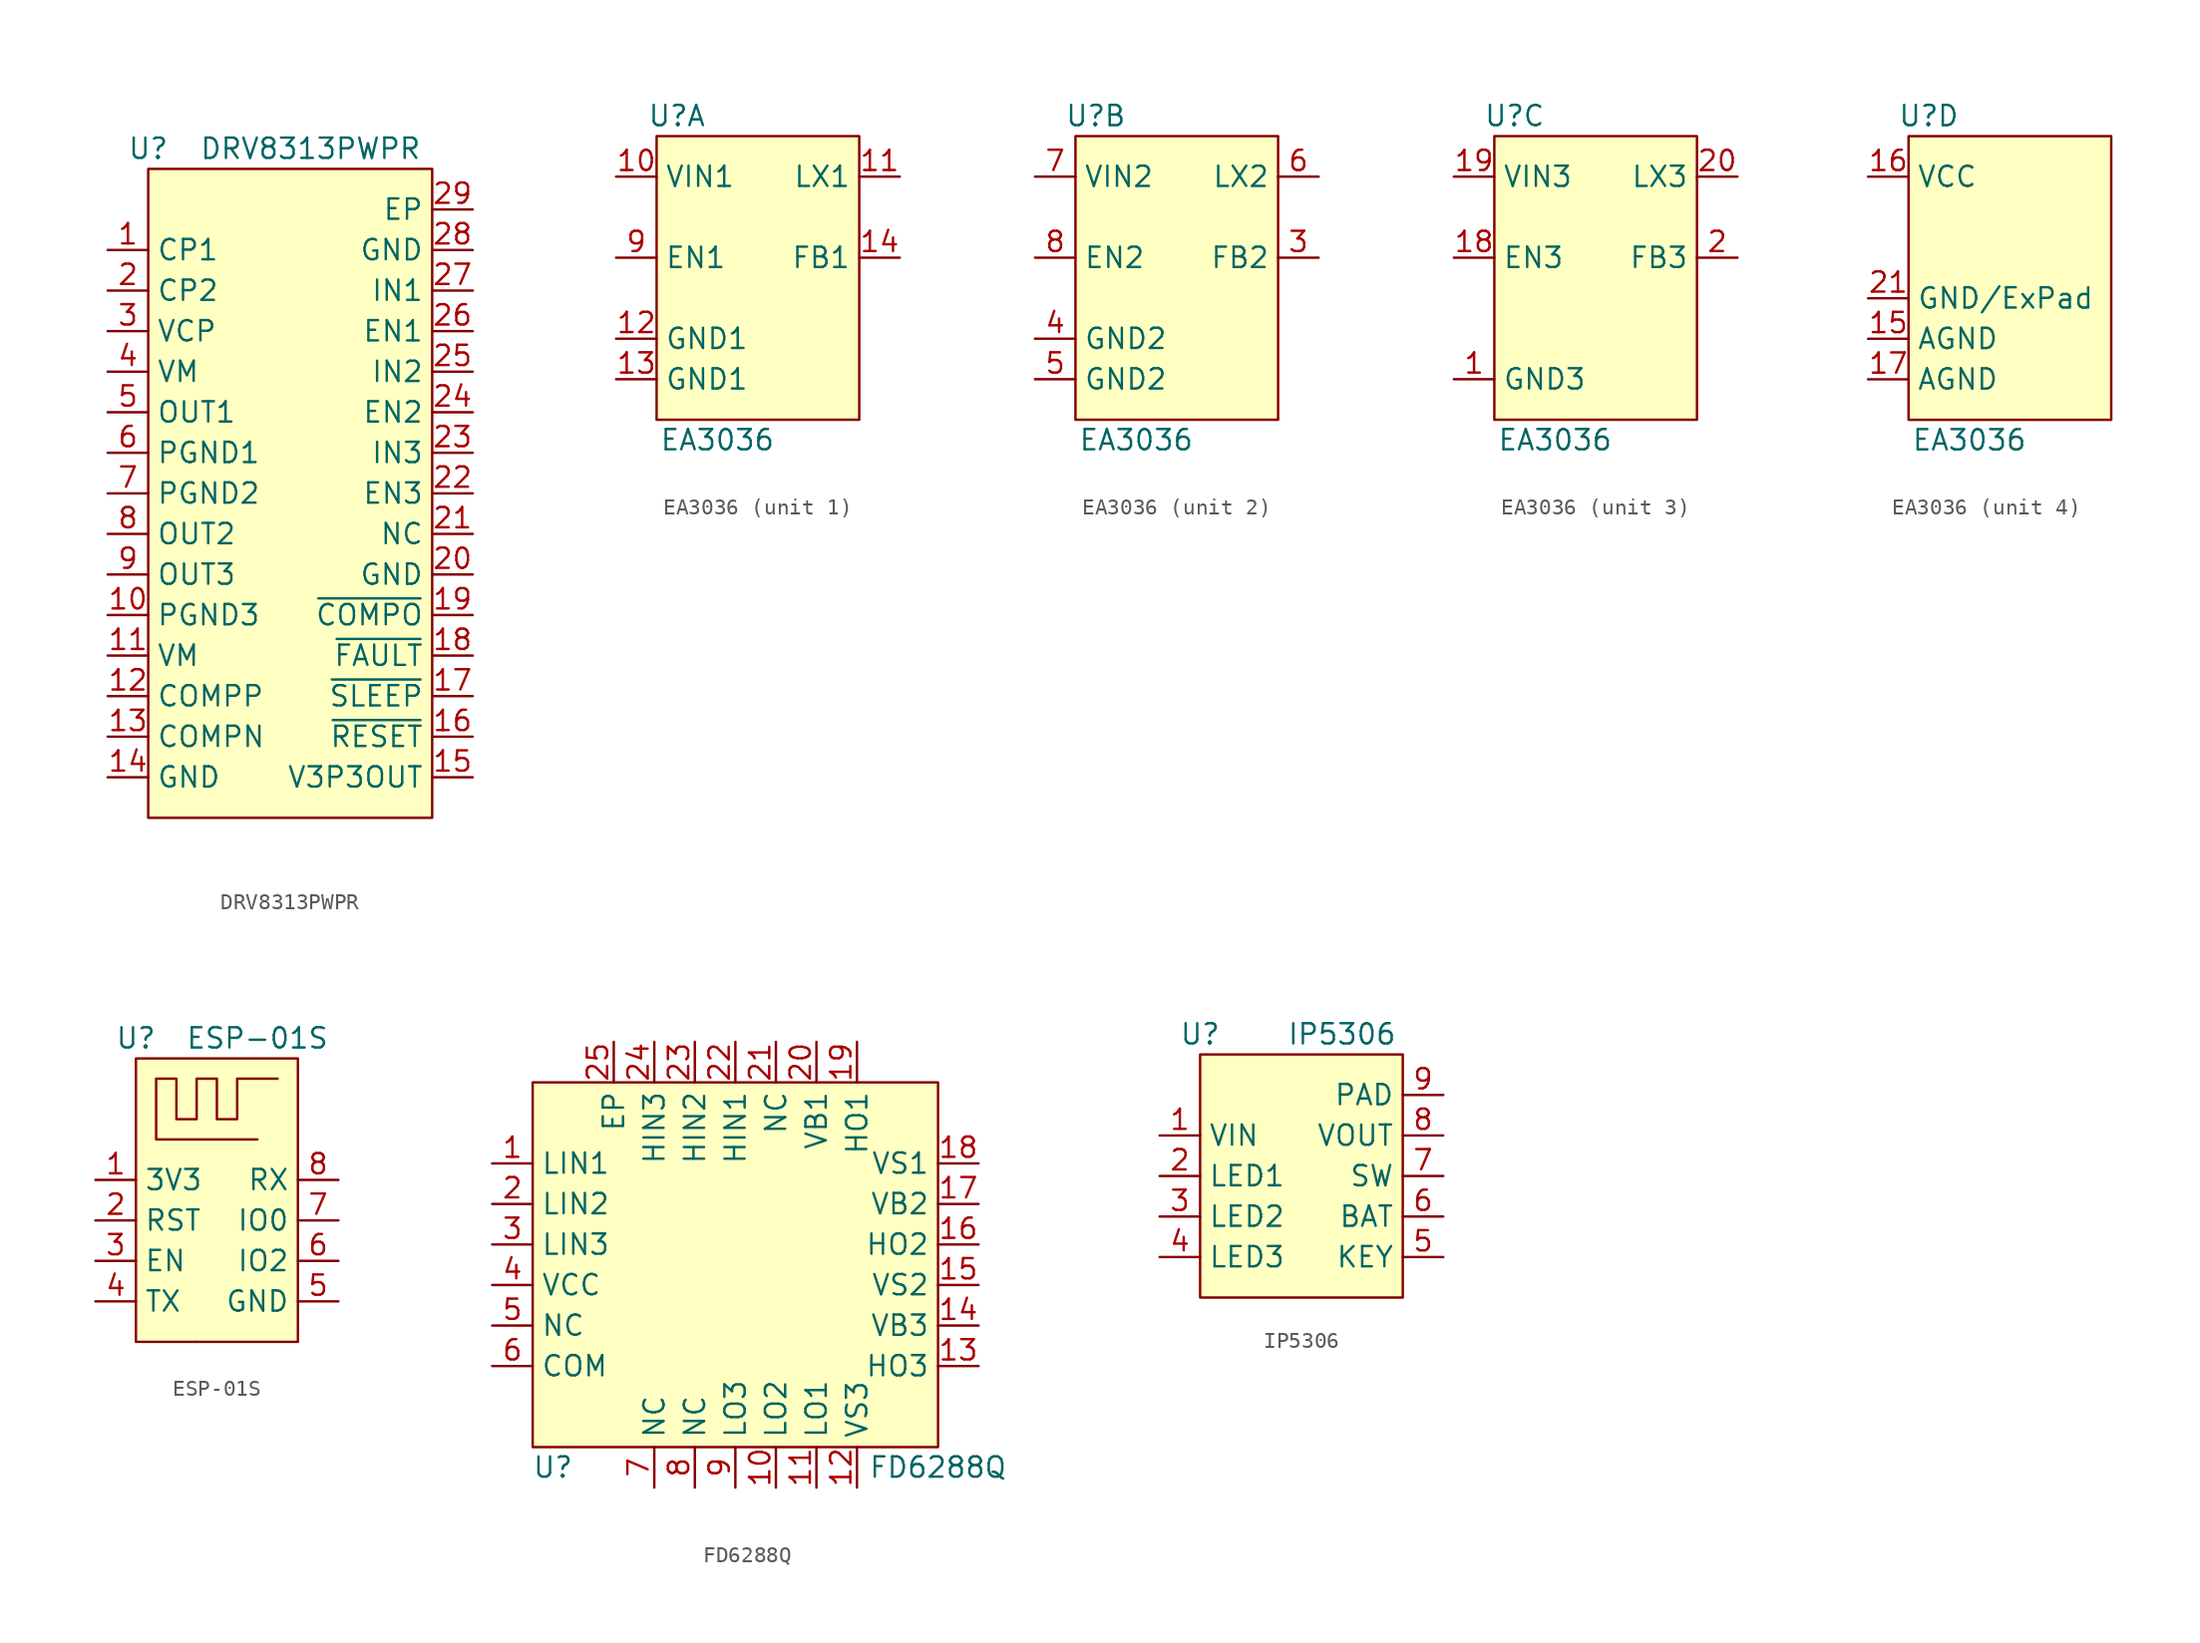
<source format=kicad_sym>
(kicad_symbol_lib
  (version 20220914)
  (generator kicad_symbol_editor)
  (symbol "DRV8313PWPR"
    (property "Reference" "U"
      (at 0 1.27 0)
      (effects (font (size 1.27 1.27))))
    (property "Value" "DRV8313PWPR"
      (at 10.16 1.27 0)
      (effects (font (size 1.27 1.27))))
    (symbol "DRV8313PWPR_0_1"
      (rectangle (start 0 0) (end 17.78 -40.64) (stroke (width 0) (type default)) (fill (type background))))
    (symbol "DRV8313PWPR_1_1"
      (pin bidirectional line (at -2.54 -5.08 0) (length 2.54) (name "CP1" (effects (font (size 1.27 1.27)))) (number "1" (effects (font (size 1.27 1.27)))))
      (pin bidirectional line (at -2.54 -27.94 0) (length 2.54) (name "PGND3" (effects (font (size 1.27 1.27)))) (number "10" (effects (font (size 1.27 1.27)))))
      (pin bidirectional line (at -2.54 -30.48 0) (length 2.54) (name "VM" (effects (font (size 1.27 1.27)))) (number "11" (effects (font (size 1.27 1.27)))))
      (pin bidirectional line (at -2.54 -33.02 0) (length 2.54) (name "COMPP" (effects (font (size 1.27 1.27)))) (number "12" (effects (font (size 1.27 1.27)))))
      (pin bidirectional line (at -2.54 -35.56 0) (length 2.54) (name "COMPN" (effects (font (size 1.27 1.27)))) (number "13" (effects (font (size 1.27 1.27)))))
      (pin bidirectional line (at -2.54 -38.1 0) (length 2.54) (name "GND" (effects (font (size 1.27 1.27)))) (number "14" (effects (font (size 1.27 1.27)))))
      (pin bidirectional line (at 20.32 -38.1 180) (length 2.54) (name "V3P3OUT" (effects (font (size 1.27 1.27)))) (number "15" (effects (font (size 1.27 1.27)))))
      (pin bidirectional line (at 20.32 -35.56 180) (length 2.54) (name "~{RESET}" (effects (font (size 1.27 1.27)))) (number "16" (effects (font (size 1.27 1.27)))))
      (pin bidirectional line (at 20.32 -33.02 180) (length 2.54) (name "~{SLEEP}" (effects (font (size 1.27 1.27)))) (number "17" (effects (font (size 1.27 1.27)))))
      (pin bidirectional line (at 20.32 -30.48 180) (length 2.54) (name "~{FAULT}" (effects (font (size 1.27 1.27)))) (number "18" (effects (font (size 1.27 1.27)))))
      (pin bidirectional line (at 20.32 -27.94 180) (length 2.54) (name "~{COMPO}" (effects (font (size 1.27 1.27)))) (number "19" (effects (font (size 1.27 1.27)))))
      (pin bidirectional line (at -2.54 -7.62 0) (length 2.54) (name "CP2" (effects (font (size 1.27 1.27)))) (number "2" (effects (font (size 1.27 1.27)))))
      (pin bidirectional line (at 20.32 -25.4 180) (length 2.54) (name "GND" (effects (font (size 1.27 1.27)))) (number "20" (effects (font (size 1.27 1.27)))))
      (pin bidirectional line (at 20.32 -22.86 180) (length 2.54) (name "NC" (effects (font (size 1.27 1.27)))) (number "21" (effects (font (size 1.27 1.27)))))
      (pin bidirectional line (at 20.32 -20.32 180) (length 2.54) (name "EN3" (effects (font (size 1.27 1.27)))) (number "22" (effects (font (size 1.27 1.27)))))
      (pin bidirectional line (at 20.32 -17.78 180) (length 2.54) (name "IN3" (effects (font (size 1.27 1.27)))) (number "23" (effects (font (size 1.27 1.27)))))
      (pin bidirectional line (at 20.32 -15.24 180) (length 2.54) (name "EN2" (effects (font (size 1.27 1.27)))) (number "24" (effects (font (size 1.27 1.27)))))
      (pin bidirectional line (at 20.32 -12.7 180) (length 2.54) (name "IN2" (effects (font (size 1.27 1.27)))) (number "25" (effects (font (size 1.27 1.27)))))
      (pin bidirectional line (at 20.32 -10.16 180) (length 2.54) (name "EN1" (effects (font (size 1.27 1.27)))) (number "26" (effects (font (size 1.27 1.27)))))
      (pin bidirectional line (at 20.32 -7.62 180) (length 2.54) (name "IN1" (effects (font (size 1.27 1.27)))) (number "27" (effects (font (size 1.27 1.27)))))
      (pin bidirectional line (at 20.32 -5.08 180) (length 2.54) (name "GND" (effects (font (size 1.27 1.27)))) (number "28" (effects (font (size 1.27 1.27)))))
      (pin bidirectional line (at 20.32 -2.54 180) (length 2.54) (name "EP" (effects (font (size 1.27 1.27)))) (number "29" (effects (font (size 1.27 1.27)))))
      (pin bidirectional line (at -2.54 -10.16 0) (length 2.54) (name "VCP" (effects (font (size 1.27 1.27)))) (number "3" (effects (font (size 1.27 1.27)))))
      (pin bidirectional line (at -2.54 -12.7 0) (length 2.54) (name "VM" (effects (font (size 1.27 1.27)))) (number "4" (effects (font (size 1.27 1.27)))))
      (pin bidirectional line (at -2.54 -15.24 0) (length 2.54) (name "OUT1" (effects (font (size 1.27 1.27)))) (number "5" (effects (font (size 1.27 1.27)))))
      (pin bidirectional line (at -2.54 -17.78 0) (length 2.54) (name "PGND1" (effects (font (size 1.27 1.27)))) (number "6" (effects (font (size 1.27 1.27)))))
      (pin bidirectional line (at -2.54 -20.32 0) (length 2.54) (name "PGND2" (effects (font (size 1.27 1.27)))) (number "7" (effects (font (size 1.27 1.27)))))
      (pin bidirectional line (at -2.54 -22.86 0) (length 2.54) (name "OUT2" (effects (font (size 1.27 1.27)))) (number "8" (effects (font (size 1.27 1.27)))))
      (pin bidirectional line (at -2.54 -25.4 0) (length 2.54) (name "OUT3" (effects (font (size 1.27 1.27)))) (number "9" (effects (font (size 1.27 1.27)))))))
  (symbol "EA3036"
    (property "Reference" "U"
      (at 1.27 1.27 0)
      (effects (font (size 1.27 1.27))))
    (property "Value" "EA3036"
      (at 3.81 -19.05 0)
      (effects (font (size 1.27 1.27))))
    (symbol "EA3036_0_1"
      (rectangle (start 0 0) (end 12.7 -17.78) (stroke (width 0) (type default)) (fill (type background))))
    (symbol "EA3036_1_1"
      (pin power_in line (at -2.54 -2.54 0) (length 2.54) (name "VIN1" (effects (font (size 1.27 1.27)))) (number "10" (effects (font (size 1.27 1.27)))))
      (pin output line (at 15.24 -2.54 180) (length 2.54) (name "LX1" (effects (font (size 1.27 1.27)))) (number "11" (effects (font (size 1.27 1.27)))))
      (pin power_in line (at -2.54 -12.7 0) (length 2.54) (name "GND1" (effects (font (size 1.27 1.27)))) (number "12" (effects (font (size 1.27 1.27)))))
      (pin power_in line (at -2.54 -15.24 0) (length 2.54) (name "GND1" (effects (font (size 1.27 1.27)))) (number "13" (effects (font (size 1.27 1.27)))))
      (pin input line (at 15.24 -7.62 180) (length 2.54) (name "FB1" (effects (font (size 1.27 1.27)))) (number "14" (effects (font (size 1.27 1.27)))))
      (pin input line (at -2.54 -7.62 0) (length 2.54) (name "EN1" (effects (font (size 1.27 1.27)))) (number "9" (effects (font (size 1.27 1.27))))))
    (symbol "EA3036_2_1"
      (pin input line (at 15.24 -7.62 180) (length 2.54) (name "FB2" (effects (font (size 1.27 1.27)))) (number "3" (effects (font (size 1.27 1.27)))))
      (pin power_in line (at -2.54 -12.7 0) (length 2.54) (name "GND2" (effects (font (size 1.27 1.27)))) (number "4" (effects (font (size 1.27 1.27)))))
      (pin power_in line (at -2.54 -15.24 0) (length 2.54) (name "GND2" (effects (font (size 1.27 1.27)))) (number "5" (effects (font (size 1.27 1.27)))))
      (pin output line (at 15.24 -2.54 180) (length 2.54) (name "LX2" (effects (font (size 1.27 1.27)))) (number "6" (effects (font (size 1.27 1.27)))))
      (pin power_in line (at -2.54 -2.54 0) (length 2.54) (name "VIN2" (effects (font (size 1.27 1.27)))) (number "7" (effects (font (size 1.27 1.27)))))
      (pin input line (at -2.54 -7.62 0) (length 2.54) (name "EN2" (effects (font (size 1.27 1.27)))) (number "8" (effects (font (size 1.27 1.27))))))
    (symbol "EA3036_3_1"
      (pin power_in line (at -2.54 -15.24 0) (length 2.54) (name "GND3" (effects (font (size 1.27 1.27)))) (number "1" (effects (font (size 1.27 1.27)))))
      (pin input line (at -2.54 -7.62 0) (length 2.54) (name "EN3" (effects (font (size 1.27 1.27)))) (number "18" (effects (font (size 1.27 1.27)))))
      (pin power_in line (at -2.54 -2.54 0) (length 2.54) (name "VIN3" (effects (font (size 1.27 1.27)))) (number "19" (effects (font (size 1.27 1.27)))))
      (pin input line (at 15.24 -7.62 180) (length 2.54) (name "FB3" (effects (font (size 1.27 1.27)))) (number "2" (effects (font (size 1.27 1.27)))))
      (pin output line (at 15.24 -2.54 180) (length 2.54) (name "LX3" (effects (font (size 1.27 1.27)))) (number "20" (effects (font (size 1.27 1.27))))))
    (symbol "EA3036_4_1"
      (pin power_in line (at -2.54 -12.7 0) (length 2.54) (name "AGND" (effects (font (size 1.27 1.27)))) (number "15" (effects (font (size 1.27 1.27)))))
      (pin power_in line (at -2.54 -2.54 0) (length 2.54) (name "VCC" (effects (font (size 1.27 1.27)))) (number "16" (effects (font (size 1.27 1.27)))))
      (pin power_in line (at -2.54 -15.24 0) (length 2.54) (name "AGND" (effects (font (size 1.27 1.27)))) (number "17" (effects (font (size 1.27 1.27)))))
      (pin power_in line (at -2.54 -10.16 0) (length 2.54) (name "GND/ExPad" (effects (font (size 1.27 1.27)))) (number "21" (effects (font (size 1.27 1.27)))))))
  (symbol "ESP-01S"
    (property "Reference" "U"
      (at 0 6.35 0)
      (effects (font (size 1.27 1.27))))
    (property "Value" "ESP-01S"
      (at 7.62 6.35 0)
      (effects (font (size 1.27 1.27))))
    (symbol "ESP-01S_0_1"
      (polyline (pts (xy 3.81 -12.7) (xy 3.81 -12.7)) (stroke (width 0) (type default)) (fill (type none)))
      (polyline (pts (xy 7.62 0) (xy 1.27 0) (xy 1.27 3.81) (xy 2.54 3.81) (xy 2.54 1.27) (xy 3.81 1.27) (xy 3.81 3.81) (xy 5.08 3.81) (xy 5.08 1.27) (xy 6.35 1.27) (xy 6.35 3.81) (xy 8.89 3.81)) (stroke (width 0) (type default)) (fill (type none)))
      (rectangle (start 0 5.08) (end 10.16 -12.7) (stroke (width 0) (type default)) (fill (type background))))
    (symbol "ESP-01S_1_1"
      (pin power_in line (at -2.54 -2.54 0) (length 2.54) (name "3V3" (effects (font (size 1.27 1.27)))) (number "1" (effects (font (size 1.27 1.27)))))
      (pin input line (at -2.54 -5.08 0) (length 2.54) (name "RST" (effects (font (size 1.27 1.27)))) (number "2" (effects (font (size 1.27 1.27)))))
      (pin input line (at -2.54 -7.62 0) (length 2.54) (name "EN" (effects (font (size 1.27 1.27)))) (number "3" (effects (font (size 1.27 1.27)))))
      (pin output line (at -2.54 -10.16 0) (length 2.54) (name "TX" (effects (font (size 1.27 1.27)))) (number "4" (effects (font (size 1.27 1.27)))))
      (pin input line (at 12.7 -10.16 180) (length 2.54) (name "GND" (effects (font (size 1.27 1.27)))) (number "5" (effects (font (size 1.27 1.27)))))
      (pin bidirectional line (at 12.7 -7.62 180) (length 2.54) (name "IO2" (effects (font (size 1.27 1.27)))) (number "6" (effects (font (size 1.27 1.27)))))
      (pin bidirectional line (at 12.7 -5.08 180) (length 2.54) (name "IO0" (effects (font (size 1.27 1.27)))) (number "7" (effects (font (size 1.27 1.27)))))
      (pin input line (at 12.7 -2.54 180) (length 2.54) (name "RX" (effects (font (size 1.27 1.27)))) (number "8" (effects (font (size 1.27 1.27)))))))
  (symbol "FD6288Q"
    (property "Reference" "U"
      (at 1.27 -24.13 0)
      (effects (font (size 1.27 1.27))))
    (property "Value" "FD6288Q"
      (at 25.4 -24.13 0)
      (effects (font (size 1.27 1.27))))
    (symbol "FD6288Q_0_1"
      (rectangle (start 0 0) (end 25.4 -22.86) (stroke (width 0) (type default)) (fill (type background))))
    (symbol "FD6288Q_1_1"
      (pin input line (at -2.54 -5.08 0) (length 2.54) (name "LIN1" (effects (font (size 1.27 1.27)))) (number "1" (effects (font (size 1.27 1.27)))))
      (pin bidirectional line (at 15.24 -25.4 90) (length 2.54) (name "LO2" (effects (font (size 1.27 1.27)))) (number "10" (effects (font (size 1.27 1.27)))))
      (pin bidirectional line (at 17.78 -25.4 90) (length 2.54) (name "LO1" (effects (font (size 1.27 1.27)))) (number "11" (effects (font (size 1.27 1.27)))))
      (pin bidirectional line (at 20.32 -25.4 90) (length 2.54) (name "VS3" (effects (font (size 1.27 1.27)))) (number "12" (effects (font (size 1.27 1.27)))))
      (pin bidirectional line (at 27.94 -17.78 180) (length 2.54) (name "HO3" (effects (font (size 1.27 1.27)))) (number "13" (effects (font (size 1.27 1.27)))))
      (pin bidirectional line (at 27.94 -15.24 180) (length 2.54) (name "VB3" (effects (font (size 1.27 1.27)))) (number "14" (effects (font (size 1.27 1.27)))))
      (pin bidirectional line (at 27.94 -12.7 180) (length 2.54) (name "VS2" (effects (font (size 1.27 1.27)))) (number "15" (effects (font (size 1.27 1.27)))))
      (pin bidirectional line (at 27.94 -10.16 180) (length 2.54) (name "HO2" (effects (font (size 1.27 1.27)))) (number "16" (effects (font (size 1.27 1.27)))))
      (pin bidirectional line (at 27.94 -7.62 180) (length 2.54) (name "VB2" (effects (font (size 1.27 1.27)))) (number "17" (effects (font (size 1.27 1.27)))))
      (pin bidirectional line (at 27.94 -5.08 180) (length 2.54) (name "VS1" (effects (font (size 1.27 1.27)))) (number "18" (effects (font (size 1.27 1.27)))))
      (pin bidirectional line (at 20.32 2.54 270) (length 2.54) (name "HO1" (effects (font (size 1.27 1.27)))) (number "19" (effects (font (size 1.27 1.27)))))
      (pin input line (at -2.54 -7.62 0) (length 2.54) (name "LIN2" (effects (font (size 1.27 1.27)))) (number "2" (effects (font (size 1.27 1.27)))))
      (pin bidirectional line (at 17.78 2.54 270) (length 2.54) (name "VB1" (effects (font (size 1.27 1.27)))) (number "20" (effects (font (size 1.27 1.27)))))
      (pin bidirectional line (at 15.24 2.54 270) (length 2.54) (name "NC" (effects (font (size 1.27 1.27)))) (number "21" (effects (font (size 1.27 1.27)))))
      (pin input line (at 12.7 2.54 270) (length 2.54) (name "HIN1" (effects (font (size 1.27 1.27)))) (number "22" (effects (font (size 1.27 1.27)))))
      (pin input line (at 10.16 2.54 270) (length 2.54) (name "HIN2" (effects (font (size 1.27 1.27)))) (number "23" (effects (font (size 1.27 1.27)))))
      (pin input line (at 7.62 2.54 270) (length 2.54) (name "HIN3" (effects (font (size 1.27 1.27)))) (number "24" (effects (font (size 1.27 1.27)))))
      (pin power_in line (at 5.08 2.54 270) (length 2.54) (name "EP" (effects (font (size 1.27 1.27)))) (number "25" (effects (font (size 1.27 1.27)))))
      (pin input line (at -2.54 -10.16 0) (length 2.54) (name "LIN3" (effects (font (size 1.27 1.27)))) (number "3" (effects (font (size 1.27 1.27)))))
      (pin power_in line (at -2.54 -12.7 0) (length 2.54) (name "VCC" (effects (font (size 1.27 1.27)))) (number "4" (effects (font (size 1.27 1.27)))))
      (pin bidirectional line (at -2.54 -15.24 0) (length 2.54) (name "NC" (effects (font (size 1.27 1.27)))) (number "5" (effects (font (size 1.27 1.27)))))
      (pin power_in line (at -2.54 -17.78 0) (length 2.54) (name "COM" (effects (font (size 1.27 1.27)))) (number "6" (effects (font (size 1.27 1.27)))))
      (pin bidirectional line (at 7.62 -25.4 90) (length 2.54) (name "NC" (effects (font (size 1.27 1.27)))) (number "7" (effects (font (size 1.27 1.27)))))
      (pin bidirectional line (at 10.16 -25.4 90) (length 2.54) (name "NC" (effects (font (size 1.27 1.27)))) (number "8" (effects (font (size 1.27 1.27)))))
      (pin bidirectional line (at 12.7 -25.4 90) (length 2.54) (name "LO3" (effects (font (size 1.27 1.27)))) (number "9" (effects (font (size 1.27 1.27)))))))
  (symbol "IP5306"
    (property "Reference" "U"
      (at 0 1.27 0)
      (effects (font (size 1.27 1.27))))
    (property "Value" "IP5306"
      (at 8.89 1.27 0)
      (effects (font (size 1.27 1.27))))
    (symbol "IP5306_0_1"
      (rectangle (start 0 0) (end 12.7 -15.24) (stroke (width 0) (type default)) (fill (type background))))
    (symbol "IP5306_1_1"
      (pin power_in line (at -2.54 -5.08 0) (length 2.54) (name "VIN" (effects (font (size 1.27 1.27)))) (number "1" (effects (font (size 1.27 1.27)))))
      (pin bidirectional line (at -2.54 -7.62 0) (length 2.54) (name "LED1" (effects (font (size 1.27 1.27)))) (number "2" (effects (font (size 1.27 1.27)))))
      (pin bidirectional line (at -2.54 -10.16 0) (length 2.54) (name "LED2" (effects (font (size 1.27 1.27)))) (number "3" (effects (font (size 1.27 1.27)))))
      (pin bidirectional line (at -2.54 -12.7 0) (length 2.54) (name "LED3" (effects (font (size 1.27 1.27)))) (number "4" (effects (font (size 1.27 1.27)))))
      (pin input line (at 15.24 -12.7 180) (length 2.54) (name "KEY" (effects (font (size 1.27 1.27)))) (number "5" (effects (font (size 1.27 1.27)))))
      (pin bidirectional line (at 15.24 -10.16 180) (length 2.54) (name "BAT" (effects (font (size 1.27 1.27)))) (number "6" (effects (font (size 1.27 1.27)))))
      (pin bidirectional line (at 15.24 -7.62 180) (length 2.54) (name "SW" (effects (font (size 1.27 1.27)))) (number "7" (effects (font (size 1.27 1.27)))))
      (pin power_out line (at 15.24 -5.08 180) (length 2.54) (name "VOUT" (effects (font (size 1.27 1.27)))) (number "8" (effects (font (size 1.27 1.27)))))
      (pin power_in line (at 15.24 -2.54 180) (length 2.54) (name "PAD" (effects (font (size 1.27 1.27)))) (number "9" (effects (font (size 1.27 1.27))))))))
</source>
